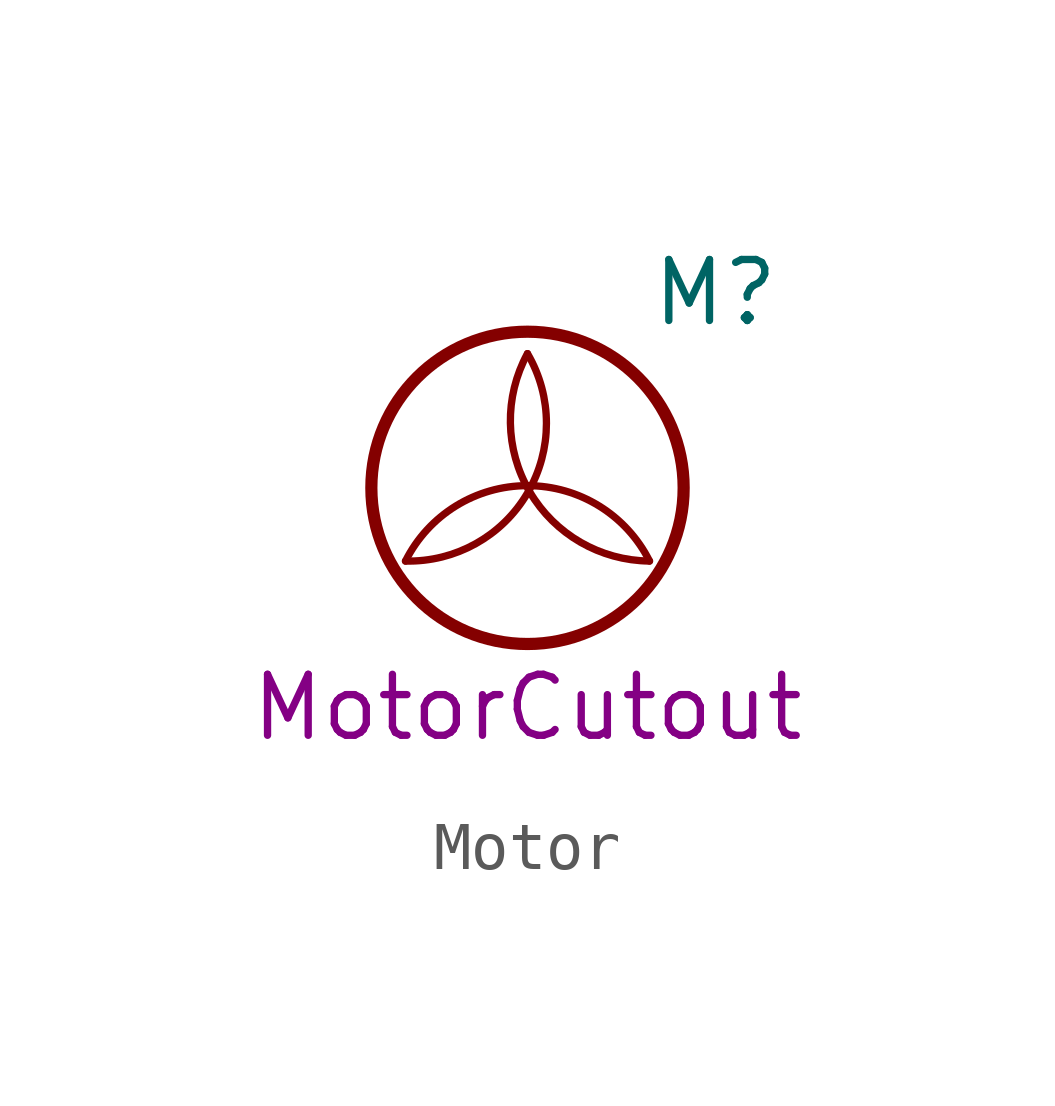
<source format=kicad_sym>
(kicad_symbol_lib
  (version 20231120)
  (generator "kicad_symbol_editor")
  (generator_version "8.0")
  (symbol "Motor"
    (pin_names
      (offset 0))
    (property "Reference" "M"
      (at 2.54 5.08 0)
      (effects (font (size 1.27 1.27)) (justify left)))
    (property "Description" "MotorCutout"
      (at 0 -3.556 0)
      (effects (font (size 1.27 1.27))))
    (symbol "Motor_0_1"
      (arc (start -2.54 -0.508) (mid 0.0028 0.9121) (end 0 3.81) (stroke (width 0) (type default)) (fill (type none)))
      (circle (center 0 1.016) (radius 3.251) (stroke (width 0.254) (type default)) (fill (type none)))
      (arc (start 0 3.81) (mid 0.053 0.921) (end 2.54 -0.508) (stroke (width 0) (type default)) (fill (type none)))
      (arc (start 2.54 -0.508) (mid 0 1.0618) (end -2.54 -0.508) (stroke (width 0) (type default)) (fill (type none))))))
</source>
